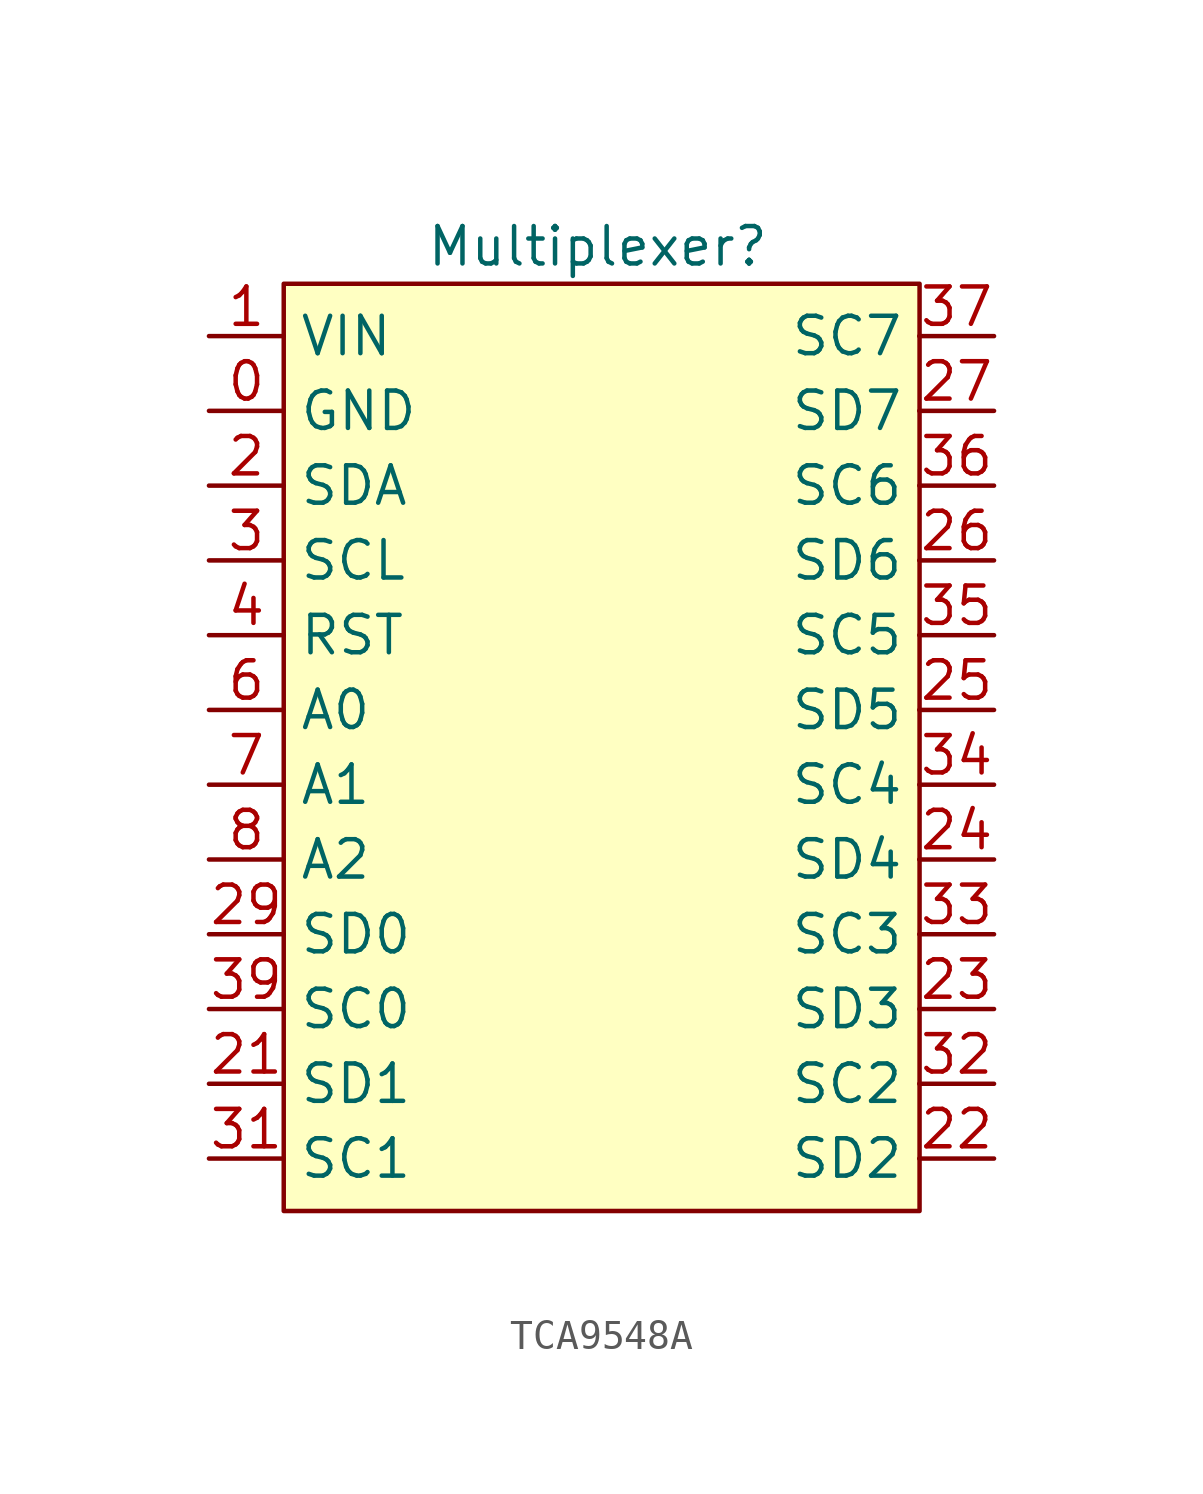
<source format=kicad_sym>
(kicad_symbol_lib
  (version 20241209)
  (generator "kicad_symbol_editor")
  (generator_version "9.0")
  (symbol "TCA9548A"
    (property "Reference" "Multiplexer"
      (at 10.668 1.778 0)
      (effects (font (size 1.27 1.27))))
    (property "Value" ""
      (at 0 0 0)
      (effects (font (size 1.27 1.27))))
    (symbol "TCA9548A_1_1"
      (rectangle (start 0 0.508) (end 21.6 -30.992) (stroke (width 0) (type solid)) (fill (type background)))
      (pin power_out line (at -2.54 -1.27 0) (length 2.54) (name "VIN" (effects (font (size 1.27 1.27)))) (number "1" (effects (font (size 1.27 1.27)))))
      (pin power_out line (at -2.54 -3.81 0) (length 2.54) (name "GND" (effects (font (size 1.27 1.27)))) (number "0" (effects (font (size 1.27 1.27)))))
      (pin output line (at -2.54 -6.35 0) (length 2.54) (name "SDA" (effects (font (size 1.27 1.27)))) (number "2" (effects (font (size 1.27 1.27)))))
      (pin output line (at -2.54 -8.89 0) (length 2.54) (name "SCL" (effects (font (size 1.27 1.27)))) (number "3" (effects (font (size 1.27 1.27)))))
      (pin input line (at -2.54 -11.43 0) (length 2.54) (name "RST" (effects (font (size 1.27 1.27)))) (number "4" (effects (font (size 1.27 1.27)))))
      (pin input line (at -2.54 -13.97 0) (length 2.54) (name "A0" (effects (font (size 1.27 1.27)))) (number "6" (effects (font (size 1.27 1.27)))))
      (pin input line (at -2.54 -16.51 0) (length 2.54) (name "A1" (effects (font (size 1.27 1.27)))) (number "7" (effects (font (size 1.27 1.27)))))
      (pin input line (at -2.54 -19.05 0) (length 2.54) (name "A2" (effects (font (size 1.27 1.27)))) (number "8" (effects (font (size 1.27 1.27)))))
      (pin input line (at -2.54 -21.59 0) (length 2.54) (name "SD0" (effects (font (size 1.27 1.27)))) (number "29" (effects (font (size 1.27 1.27)))))
      (pin input line (at -2.54 -24.13 0) (length 2.54) (name "SC0" (effects (font (size 1.27 1.27)))) (number "39" (effects (font (size 1.27 1.27)))))
      (pin input line (at -2.54 -26.67 0) (length 2.54) (name "SD1" (effects (font (size 1.27 1.27)))) (number "21" (effects (font (size 1.27 1.27)))))
      (pin input line (at -2.54 -29.21 0) (length 2.54) (name "SC1" (effects (font (size 1.27 1.27)))) (number "31" (effects (font (size 1.27 1.27)))))
      (pin input line (at 24.13 -1.27 180) (length 2.54) (name "SC7" (effects (font (size 1.27 1.27)))) (number "37" (effects (font (size 1.27 1.27)))))
      (pin input line (at 24.13 -3.81 180) (length 2.54) (name "SD7" (effects (font (size 1.27 1.27)))) (number "27" (effects (font (size 1.27 1.27)))))
      (pin input line (at 24.13 -6.35 180) (length 2.54) (name "SC6" (effects (font (size 1.27 1.27)))) (number "36" (effects (font (size 1.27 1.27)))))
      (pin input line (at 24.13 -8.89 180) (length 2.54) (name "SD6" (effects (font (size 1.27 1.27)))) (number "26" (effects (font (size 1.27 1.27)))))
      (pin input line (at 24.13 -11.43 180) (length 2.54) (name "SC5" (effects (font (size 1.27 1.27)))) (number "35" (effects (font (size 1.27 1.27)))))
      (pin input line (at 24.13 -13.97 180) (length 2.54) (name "SD5" (effects (font (size 1.27 1.27)))) (number "25" (effects (font (size 1.27 1.27)))))
      (pin input line (at 24.13 -16.51 180) (length 2.54) (name "SC4" (effects (font (size 1.27 1.27)))) (number "34" (effects (font (size 1.27 1.27)))))
      (pin input line (at 24.13 -19.05 180) (length 2.54) (name "SD4" (effects (font (size 1.27 1.27)))) (number "24" (effects (font (size 1.27 1.27)))))
      (pin input line (at 24.13 -21.59 180) (length 2.54) (name "SC3" (effects (font (size 1.27 1.27)))) (number "33" (effects (font (size 1.27 1.27)))))
      (pin input line (at 24.13 -24.13 180) (length 2.54) (name "SD3" (effects (font (size 1.27 1.27)))) (number "23" (effects (font (size 1.27 1.27)))))
      (pin input line (at 24.13 -26.67 180) (length 2.54) (name "SC2" (effects (font (size 1.27 1.27)))) (number "32" (effects (font (size 1.27 1.27)))))
      (pin input line (at 24.13 -29.21 180) (length 2.54) (name "SD2" (effects (font (size 1.27 1.27)))) (number "22" (effects (font (size 1.27 1.27))))))))
</source>
